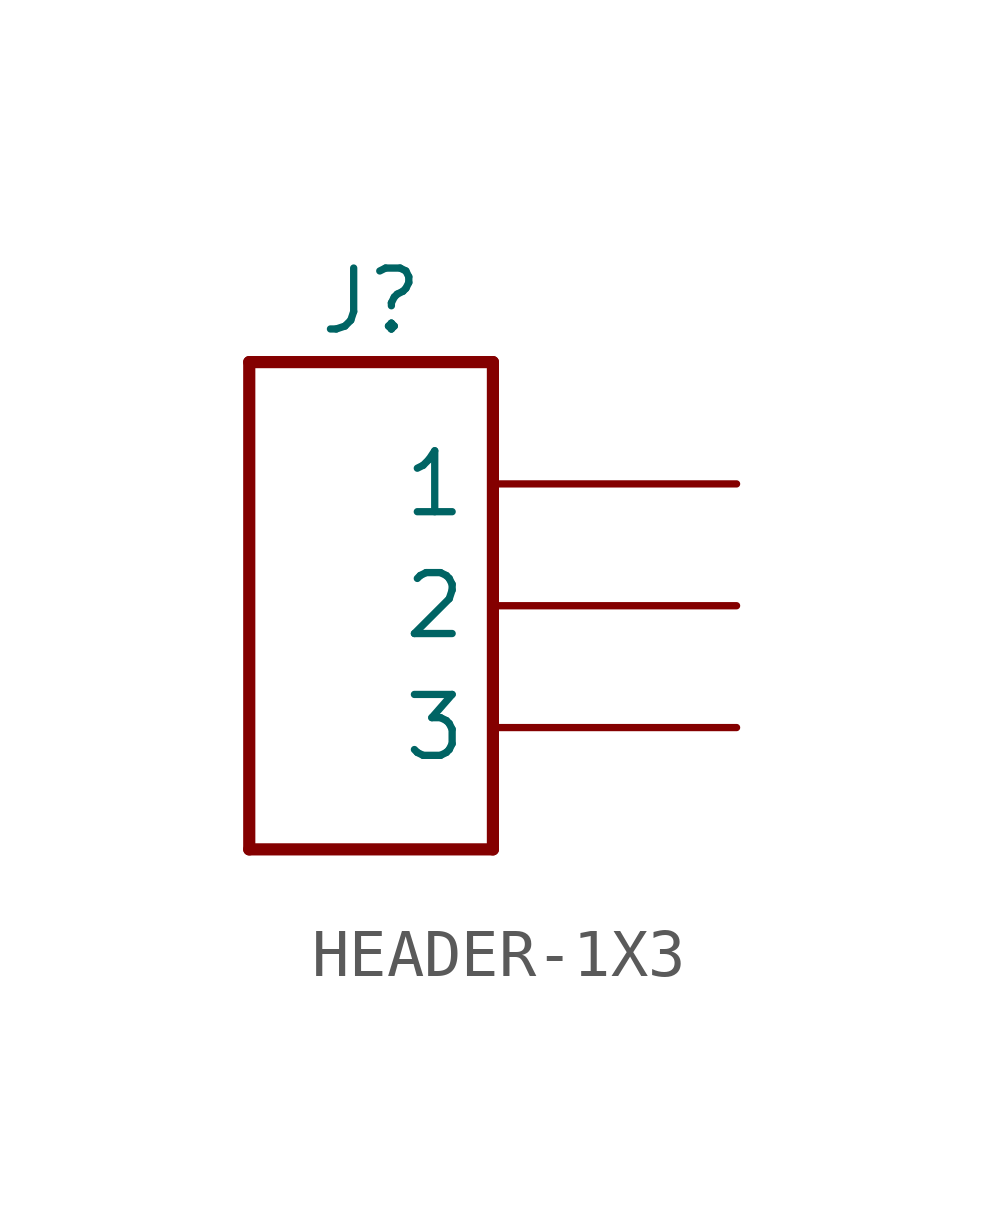
<source format=kicad_sym>
(kicad_symbol_lib
  (version 20220914)
  (generator kicad_symbol_editor)
  (symbol "HEADER-1X3"
    (pin_numbers hide)
    (property "Reference" "J"
      (at 0 6.35 0)
      (effects (font (size 1.27 1.27))))
    (symbol "HEADER-1X3_1_0"
      (polyline (pts (xy -2.54 -5.08) (xy -2.54 5.08)) (stroke (width 0.254) (type solid)) (fill (type none)))
      (polyline (pts (xy -2.54 5.08) (xy 2.54 5.08)) (stroke (width 0.254) (type solid)) (fill (type none)))
      (polyline (pts (xy 2.54 -5.08) (xy -2.54 -5.08)) (stroke (width 0.254) (type solid)) (fill (type none)))
      (polyline (pts (xy 2.54 5.08) (xy 2.54 -5.08)) (stroke (width 0.254) (type solid)) (fill (type none)))
      (pin bidirectional line (at 7.62 2.54 180) (length 5.08) (name "1" (effects (font (size 1.27 1.27)))) (number "1" (effects (font (size 1.27 1.27)))))
      (pin bidirectional line (at 7.62 0 180) (length 5.08) (name "2" (effects (font (size 1.27 1.27)))) (number "2" (effects (font (size 1.27 1.27)))))
      (pin bidirectional line (at 7.62 -2.54 180) (length 5.08) (name "3" (effects (font (size 1.27 1.27)))) (number "3" (effects (font (size 1.27 1.27))))))))
</source>
